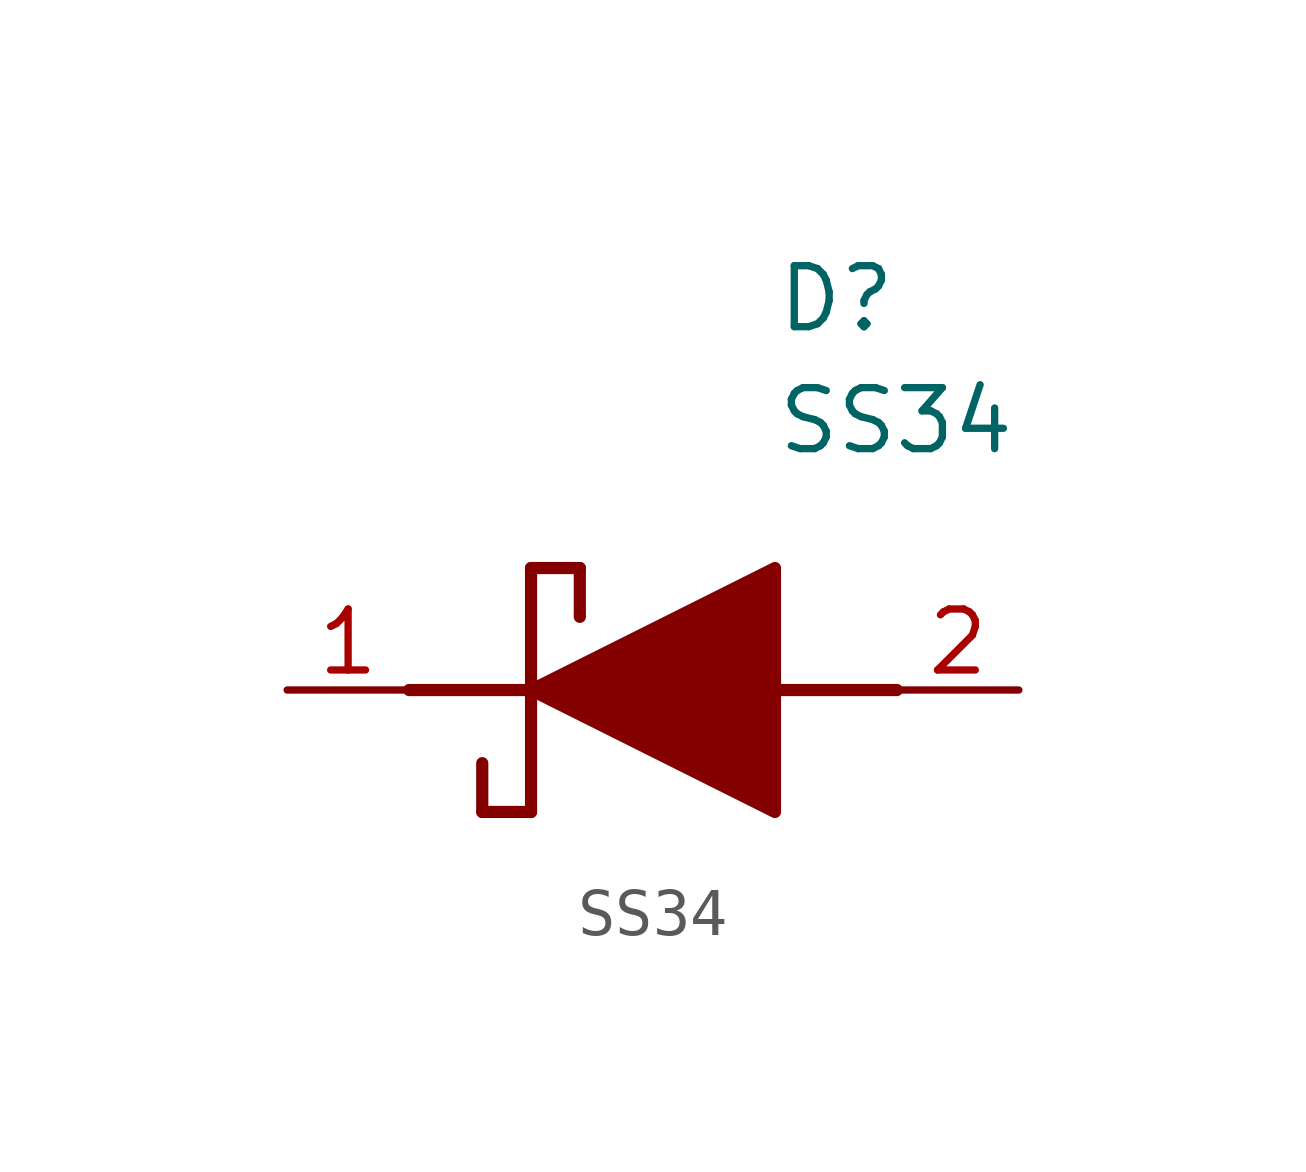
<source format=kicad_sym>
(kicad_symbol_lib
  (version 20220914)
  (generator SamacSys_ECAD_Model)
  (symbol "SS34"
    (pin_names hide)
    (property "Reference" "D"
      (at 12.7 8.89 0)
      (effects (font (size 1.27 1.27)) (justify left top)))
    (property "Value" "SS34"
      (at 12.7 6.35 0)
      (effects (font (size 1.27 1.27)) (justify left top)))
    (polyline
      (pts (xy 7.62 2.54) (xy 7.62 -2.54))
      (stroke (width 0.254) (type default))
      (fill (type none)))
    (polyline
      (pts (xy 7.62 2.54) (xy 8.636 2.54))
      (stroke (width 0.254) (type default))
      (fill (type none)))
    (polyline
      (pts (xy 8.636 1.524) (xy 8.636 2.54))
      (stroke (width 0.254) (type default))
      (fill (type none)))
    (polyline
      (pts (xy 7.62 -2.54) (xy 6.604 -2.54))
      (stroke (width 0.254) (type default))
      (fill (type none)))
    (polyline
      (pts (xy 6.604 -1.524) (xy 6.604 -2.54))
      (stroke (width 0.254) (type default))
      (fill (type none)))
    (polyline
      (pts (xy 5.08 0) (xy 7.62 0))
      (stroke (width 0.254) (type default))
      (fill (type none)))
    (polyline
      (pts (xy 12.7 0) (xy 15.24 0))
      (stroke (width 0.254) (type default))
      (fill (type none)))
    (polyline
      (pts (xy 7.62 0) (xy 12.7 2.54) (xy 12.7 -2.54) (xy 7.62 0))
      (stroke (width 0.254) (type default))
      (fill (type outline)))
    (pin passive line
      (at 2.54 0 0)
      (length 2.54)
      (name "K" (effects (font (size 1.27 1.27))))
      (number "1" (effects (font (size 1.27 1.27)))))
    (pin passive line
      (at 17.78 0 180)
      (length 2.54)
      (name "A" (effects (font (size 1.27 1.27))))
      (number "2" (effects (font (size 1.27 1.27)))))))
</source>
